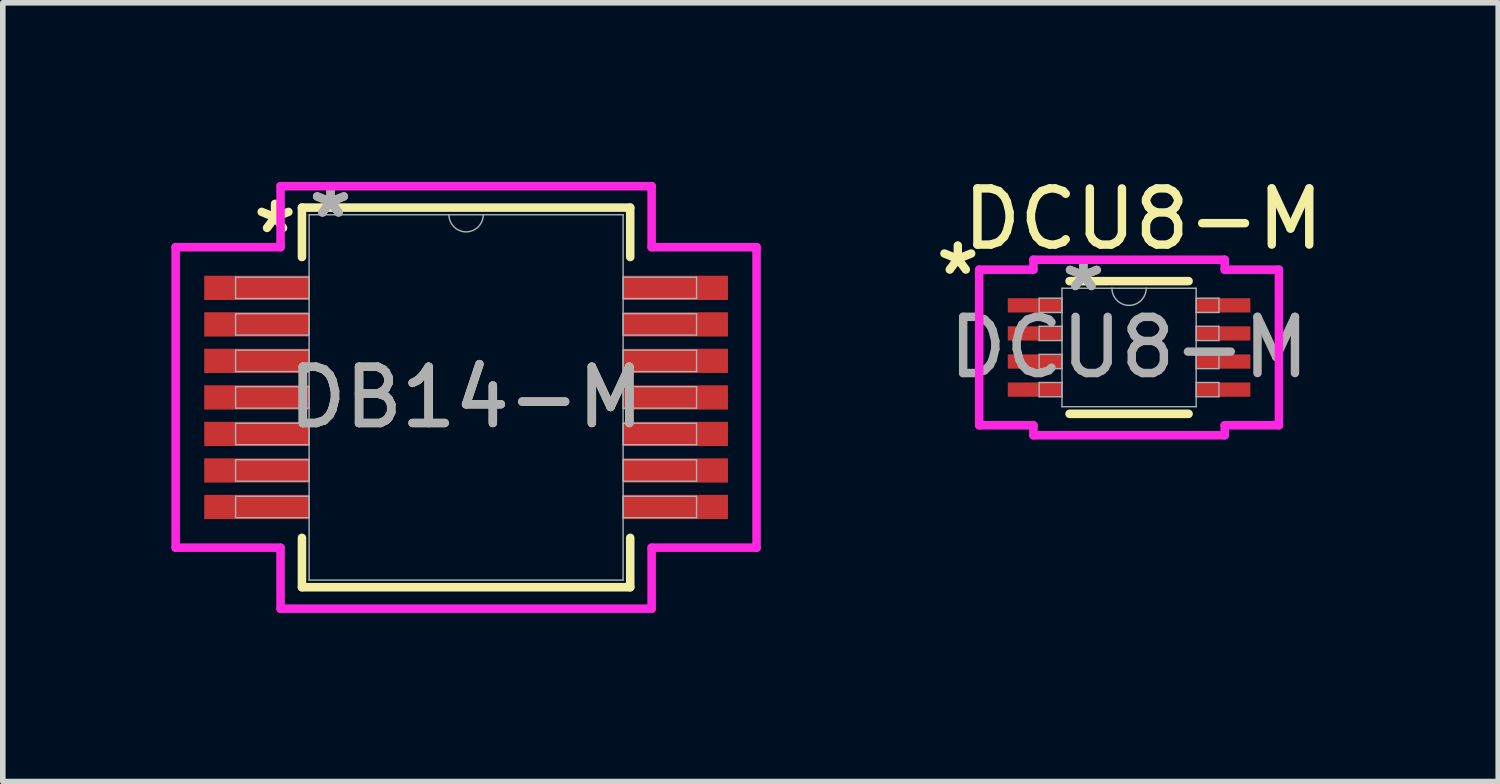
<source format=kicad_pcb>
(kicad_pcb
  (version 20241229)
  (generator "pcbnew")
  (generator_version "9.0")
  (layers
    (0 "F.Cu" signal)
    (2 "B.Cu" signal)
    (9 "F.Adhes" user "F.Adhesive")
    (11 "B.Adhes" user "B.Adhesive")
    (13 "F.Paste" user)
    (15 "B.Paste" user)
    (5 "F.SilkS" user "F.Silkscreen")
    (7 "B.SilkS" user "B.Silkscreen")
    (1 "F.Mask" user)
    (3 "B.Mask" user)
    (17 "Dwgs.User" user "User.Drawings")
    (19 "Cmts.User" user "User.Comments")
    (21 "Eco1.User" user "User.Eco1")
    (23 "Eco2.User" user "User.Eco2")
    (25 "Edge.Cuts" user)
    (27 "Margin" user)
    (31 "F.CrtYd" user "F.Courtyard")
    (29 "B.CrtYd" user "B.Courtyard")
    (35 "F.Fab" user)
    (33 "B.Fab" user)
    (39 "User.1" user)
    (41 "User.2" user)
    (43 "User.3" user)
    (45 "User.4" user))
  (footprint "DB14-M"
    (layer "F.Cu")
    (at 5.245 4.023)
    (property "Reference" "DB14-M" (at 0 0 0) (unlocked yes) (layer "F.SilkS") (effects (font (size 1 1) (thickness 0.15))))
    (attr smd allow_soldermask_bridges)
    (fp_line (start -2.921 -3.378) (end -2.921 -2.499) (stroke (width 0.152) (type solid)) (layer "F.SilkS"))
    (fp_line (start -2.921 2.499) (end -2.921 3.378) (stroke (width 0.152) (type solid)) (layer "F.SilkS"))
    (fp_line (start -2.921 3.378) (end 2.921 3.378) (stroke (width 0.152) (type solid)) (layer "F.SilkS"))
    (fp_line (start 2.921 -3.378) (end -2.921 -3.378) (stroke (width 0.152) (type solid)) (layer "F.SilkS"))
    (fp_line (start 2.921 -2.499) (end 2.921 -3.378) (stroke (width 0.152) (type solid)) (layer "F.SilkS"))
    (fp_line (start 2.921 3.378) (end 2.921 2.499) (stroke (width 0.152) (type solid)) (layer "F.SilkS"))
    (fp_line (start -5.169 -2.674) (end -3.302 -2.674) (stroke (width 0.152) (type solid)) (layer "F.CrtYd"))
    (fp_line (start -5.169 2.674) (end -5.169 -2.674) (stroke (width 0.152) (type solid)) (layer "F.CrtYd"))
    (fp_line (start -5.169 2.674) (end -3.302 2.674) (stroke (width 0.152) (type solid)) (layer "F.CrtYd"))
    (fp_line (start -3.302 -3.759) (end 3.302 -3.759) (stroke (width 0.152) (type solid)) (layer "F.CrtYd"))
    (fp_line (start -3.302 -2.674) (end -3.302 -3.759) (stroke (width 0.152) (type solid)) (layer "F.CrtYd"))
    (fp_line (start -3.302 3.759) (end -3.302 2.674) (stroke (width 0.152) (type solid)) (layer "F.CrtYd"))
    (fp_line (start 3.302 -3.759) (end 3.302 -2.674) (stroke (width 0.152) (type solid)) (layer "F.CrtYd"))
    (fp_line (start 3.302 2.674) (end 3.302 3.759) (stroke (width 0.152) (type solid)) (layer "F.CrtYd"))
    (fp_line (start 3.302 3.759) (end -3.302 3.759) (stroke (width 0.152) (type solid)) (layer "F.CrtYd"))
    (fp_line (start 5.169 -2.674) (end 3.302 -2.674) (stroke (width 0.152) (type solid)) (layer "F.CrtYd"))
    (fp_line (start 5.169 -2.674) (end 5.169 2.674) (stroke (width 0.152) (type solid)) (layer "F.CrtYd"))
    (fp_line (start 5.169 2.674) (end 3.302 2.674) (stroke (width 0.152) (type solid)) (layer "F.CrtYd"))
    (fp_line (start -4.102 -2.14) (end -4.102 -1.76) (stroke (width 0.025) (type solid)) (layer "F.Fab"))
    (fp_line (start -4.102 -1.76) (end -2.794 -1.76) (stroke (width 0.025) (type solid)) (layer "F.Fab"))
    (fp_line (start -4.102 -1.49) (end -4.102 -1.109) (stroke (width 0.025) (type solid)) (layer "F.Fab"))
    (fp_line (start -4.102 -1.109) (end -2.794 -1.109) (stroke (width 0.025) (type solid)) (layer "F.Fab"))
    (fp_line (start -4.102 -0.841) (end -4.102 -0.46) (stroke (width 0.025) (type solid)) (layer "F.Fab"))
    (fp_line (start -4.102 -0.46) (end -2.794 -0.46) (stroke (width 0.025) (type solid)) (layer "F.Fab"))
    (fp_line (start -4.102 -0.191) (end -4.102 0.191) (stroke (width 0.025) (type solid)) (layer "F.Fab"))
    (fp_line (start -4.102 0.191) (end -2.794 0.191) (stroke (width 0.025) (type solid)) (layer "F.Fab"))
    (fp_line (start -4.102 0.46) (end -4.102 0.841) (stroke (width 0.025) (type solid)) (layer "F.Fab"))
    (fp_line (start -4.102 0.841) (end -2.794 0.841) (stroke (width 0.025) (type solid)) (layer "F.Fab"))
    (fp_line (start -4.102 1.109) (end -4.102 1.49) (stroke (width 0.025) (type solid)) (layer "F.Fab"))
    (fp_line (start -4.102 1.49) (end -2.794 1.49) (stroke (width 0.025) (type solid)) (layer "F.Fab"))
    (fp_line (start -4.102 1.76) (end -4.102 2.14) (stroke (width 0.025) (type solid)) (layer "F.Fab"))
    (fp_line (start -4.102 2.14) (end -2.794 2.14) (stroke (width 0.025) (type solid)) (layer "F.Fab"))
    (fp_line (start -2.794 -3.251) (end -2.794 3.251) (stroke (width 0.025) (type solid)) (layer "F.Fab"))
    (fp_line (start -2.794 -2.14) (end -4.102 -2.14) (stroke (width 0.025) (type solid)) (layer "F.Fab"))
    (fp_line (start -2.794 -1.76) (end -2.794 -2.14) (stroke (width 0.025) (type solid)) (layer "F.Fab"))
    (fp_line (start -2.794 -1.49) (end -4.102 -1.49) (stroke (width 0.025) (type solid)) (layer "F.Fab"))
    (fp_line (start -2.794 -1.109) (end -2.794 -1.49) (stroke (width 0.025) (type solid)) (layer "F.Fab"))
    (fp_line (start -2.794 -0.841) (end -4.102 -0.841) (stroke (width 0.025) (type solid)) (layer "F.Fab"))
    (fp_line (start -2.794 -0.46) (end -2.794 -0.841) (stroke (width 0.025) (type solid)) (layer "F.Fab"))
    (fp_line (start -2.794 -0.191) (end -4.102 -0.191) (stroke (width 0.025) (type solid)) (layer "F.Fab"))
    (fp_line (start -2.794 0.191) (end -2.794 -0.191) (stroke (width 0.025) (type solid)) (layer "F.Fab"))
    (fp_line (start -2.794 0.46) (end -4.102 0.46) (stroke (width 0.025) (type solid)) (layer "F.Fab"))
    (fp_line (start -2.794 0.841) (end -2.794 0.46) (stroke (width 0.025) (type solid)) (layer "F.Fab"))
    (fp_line (start -2.794 1.109) (end -4.102 1.109) (stroke (width 0.025) (type solid)) (layer "F.Fab"))
    (fp_line (start -2.794 1.49) (end -2.794 1.109) (stroke (width 0.025) (type solid)) (layer "F.Fab"))
    (fp_line (start -2.794 1.76) (end -4.102 1.76) (stroke (width 0.025) (type solid)) (layer "F.Fab"))
    (fp_line (start -2.794 2.14) (end -2.794 1.76) (stroke (width 0.025) (type solid)) (layer "F.Fab"))
    (fp_line (start -2.794 3.251) (end 2.794 3.251) (stroke (width 0.025) (type solid)) (layer "F.Fab"))
    (fp_line (start 2.794 -3.251) (end -2.794 -3.251) (stroke (width 0.025) (type solid)) (layer "F.Fab"))
    (fp_line (start 2.794 -2.14) (end 2.794 -1.76) (stroke (width 0.025) (type solid)) (layer "F.Fab"))
    (fp_line (start 2.794 -1.76) (end 4.102 -1.76) (stroke (width 0.025) (type solid)) (layer "F.Fab"))
    (fp_line (start 2.794 -1.49) (end 2.794 -1.109) (stroke (width 0.025) (type solid)) (layer "F.Fab"))
    (fp_line (start 2.794 -1.109) (end 4.102 -1.109) (stroke (width 0.025) (type solid)) (layer "F.Fab"))
    (fp_line (start 2.794 -0.841) (end 2.794 -0.46) (stroke (width 0.025) (type solid)) (layer "F.Fab"))
    (fp_line (start 2.794 -0.46) (end 4.102 -0.46) (stroke (width 0.025) (type solid)) (layer "F.Fab"))
    (fp_line (start 2.794 -0.191) (end 2.794 0.191) (stroke (width 0.025) (type solid)) (layer "F.Fab"))
    (fp_line (start 2.794 0.191) (end 4.102 0.191) (stroke (width 0.025) (type solid)) (layer "F.Fab"))
    (fp_line (start 2.794 0.46) (end 2.794 0.841) (stroke (width 0.025) (type solid)) (layer "F.Fab"))
    (fp_line (start 2.794 0.841) (end 4.102 0.841) (stroke (width 0.025) (type solid)) (layer "F.Fab"))
    (fp_line (start 2.794 1.109) (end 2.794 1.49) (stroke (width 0.025) (type solid)) (layer "F.Fab"))
    (fp_line (start 2.794 1.49) (end 4.102 1.49) (stroke (width 0.025) (type solid)) (layer "F.Fab"))
    (fp_line (start 2.794 1.76) (end 2.794 2.14) (stroke (width 0.025) (type solid)) (layer "F.Fab"))
    (fp_line (start 2.794 2.14) (end 4.102 2.14) (stroke (width 0.025) (type solid)) (layer "F.Fab"))
    (fp_line (start 2.794 3.251) (end 2.794 -3.251) (stroke (width 0.025) (type solid)) (layer "F.Fab"))
    (fp_line (start 4.102 -2.14) (end 2.794 -2.14) (stroke (width 0.025) (type solid)) (layer "F.Fab"))
    (fp_line (start 4.102 -1.76) (end 4.102 -2.14) (stroke (width 0.025) (type solid)) (layer "F.Fab"))
    (fp_line (start 4.102 -1.49) (end 2.794 -1.49) (stroke (width 0.025) (type solid)) (layer "F.Fab"))
    (fp_line (start 4.102 -1.109) (end 4.102 -1.49) (stroke (width 0.025) (type solid)) (layer "F.Fab"))
    (fp_line (start 4.102 -0.841) (end 2.794 -0.841) (stroke (width 0.025) (type solid)) (layer "F.Fab"))
    (fp_line (start 4.102 -0.46) (end 4.102 -0.841) (stroke (width 0.025) (type solid)) (layer "F.Fab"))
    (fp_line (start 4.102 -0.191) (end 2.794 -0.191) (stroke (width 0.025) (type solid)) (layer "F.Fab"))
    (fp_line (start 4.102 0.191) (end 4.102 -0.191) (stroke (width 0.025) (type solid)) (layer "F.Fab"))
    (fp_line (start 4.102 0.46) (end 2.794 0.46) (stroke (width 0.025) (type solid)) (layer "F.Fab"))
    (fp_line (start 4.102 0.841) (end 4.102 0.46) (stroke (width 0.025) (type solid)) (layer "F.Fab"))
    (fp_line (start 4.102 1.109) (end 2.794 1.109) (stroke (width 0.025) (type solid)) (layer "F.Fab"))
    (fp_line (start 4.102 1.49) (end 4.102 1.109) (stroke (width 0.025) (type solid)) (layer "F.Fab"))
    (fp_line (start 4.102 1.76) (end 2.794 1.76) (stroke (width 0.025) (type solid)) (layer "F.Fab"))
    (fp_line (start 4.102 2.14) (end 4.102 1.76) (stroke (width 0.025) (type solid)) (layer "F.Fab"))
    (fp_arc (start 0.3048 -3.2512) (mid 0 -2.9464) (end -0.3048 -3.2512) (stroke (width 0.0254) (type solid)) (layer "F.Fab"))
    (fp_text user "*" (at -3.4 -2.9 0) (layer "F.SilkS") (effects (font (size 1 1) (thickness 0.15))))
    (fp_text user "*" (at -2.413 -3.175 0) (unlocked yes) (layer "F.Fab") (effects (font (size 1 1) (thickness 0.15))))
    (fp_text user "*" (at -2.413 -3.175 0) (layer "F.Fab") (effects (font (size 1 1) (thickness 0.15))))
    (fp_text user "${REFERENCE}" (at 0 0 0) (unlocked yes) (layer "F.Fab") (effects (font (size 1 1) (thickness 0.15))))
    (pad "1" smd rect (at -3.727 -1.95) (size 1.867 0.432) (layers "F.Cu" "F.Mask" "F.Paste"))
    (pad "2" smd rect (at -3.727 -1.3) (size 1.867 0.432) (layers "F.Cu" "F.Mask" "F.Paste"))
    (pad "3" smd rect (at -3.727 -0.65) (size 1.867 0.432) (layers "F.Cu" "F.Mask" "F.Paste"))
    (pad "4" smd rect (at -3.727 0) (size 1.867 0.432) (layers "F.Cu" "F.Mask" "F.Paste"))
    (pad "5" smd rect (at -3.727 0.65) (size 1.867 0.432) (layers "F.Cu" "F.Mask" "F.Paste"))
    (pad "6" smd rect (at -3.727 1.3) (size 1.867 0.432) (layers "F.Cu" "F.Mask" "F.Paste"))
    (pad "7" smd rect (at -3.727 1.95) (size 1.867 0.432) (layers "F.Cu" "F.Mask" "F.Paste"))
    (pad "8" smd rect (at 3.727 1.95) (size 1.867 0.432) (layers "F.Cu" "F.Mask" "F.Paste"))
    (pad "9" smd rect (at 3.727 1.3) (size 1.867 0.432) (layers "F.Cu" "F.Mask" "F.Paste"))
    (pad "10" smd rect (at 3.727 0.65) (size 1.867 0.432) (layers "F.Cu" "F.Mask" "F.Paste"))
    (pad "11" smd rect (at 3.727 0) (size 1.867 0.432) (layers "F.Cu" "F.Mask" "F.Paste"))
    (pad "12" smd rect (at 3.727 -0.65) (size 1.867 0.432) (layers "F.Cu" "F.Mask" "F.Paste"))
    (pad "13" smd rect (at 3.727 -1.3) (size 1.867 0.432) (layers "F.Cu" "F.Mask" "F.Paste"))
    (pad "14" smd rect (at 3.727 -1.95) (size 1.867 0.432) (layers "F.Cu" "F.Mask" "F.Paste")))
  (footprint "DCU8-M"
    (layer "F.Cu")
    (at 17.044 3.134)
    (property "Reference" "DCU8-M" (at 0.254 -2.286 0) (unlocked yes) (layer "F.SilkS") (effects (font (size 1 1) (thickness 0.15))))
    (attr smd allow_soldermask_bridges)
    (fp_line (start -1.059 1.181) (end 1.059 1.181) (stroke (width 0.152) (type solid)) (layer "F.SilkS"))
    (fp_line (start 1.059 -1.181) (end -1.059 -1.181) (stroke (width 0.152) (type solid)) (layer "F.SilkS"))
    (fp_line (start -2.667 -1.385) (end -1.702 -1.385) (stroke (width 0.152) (type solid)) (layer "F.CrtYd"))
    (fp_line (start -2.667 1.385) (end -2.667 -1.385) (stroke (width 0.152) (type solid)) (layer "F.CrtYd"))
    (fp_line (start -2.667 1.385) (end -1.702 1.385) (stroke (width 0.152) (type solid)) (layer "F.CrtYd"))
    (fp_line (start -1.702 -1.562) (end 1.702 -1.562) (stroke (width 0.152) (type solid)) (layer "F.CrtYd"))
    (fp_line (start -1.702 -1.385) (end -1.702 -1.562) (stroke (width 0.152) (type solid)) (layer "F.CrtYd"))
    (fp_line (start -1.702 1.562) (end -1.702 1.385) (stroke (width 0.152) (type solid)) (layer "F.CrtYd"))
    (fp_line (start 1.702 -1.562) (end 1.702 -1.385) (stroke (width 0.152) (type solid)) (layer "F.CrtYd"))
    (fp_line (start 1.702 1.385) (end 1.702 1.562) (stroke (width 0.152) (type solid)) (layer "F.CrtYd"))
    (fp_line (start 1.702 1.562) (end -1.702 1.562) (stroke (width 0.152) (type solid)) (layer "F.CrtYd"))
    (fp_line (start 2.667 -1.385) (end 1.702 -1.385) (stroke (width 0.152) (type solid)) (layer "F.CrtYd"))
    (fp_line (start 2.667 -1.385) (end 2.667 1.385) (stroke (width 0.152) (type solid)) (layer "F.CrtYd"))
    (fp_line (start 2.667 1.385) (end 1.702 1.385) (stroke (width 0.152) (type solid)) (layer "F.CrtYd"))
    (fp_line (start -1.6 -0.877) (end -1.6 -0.623) (stroke (width 0.025) (type solid)) (layer "F.Fab"))
    (fp_line (start -1.6 -0.623) (end -1.194 -0.623) (stroke (width 0.025) (type solid)) (layer "F.Fab"))
    (fp_line (start -1.6 -0.377) (end -1.6 -0.123) (stroke (width 0.025) (type solid)) (layer "F.Fab"))
    (fp_line (start -1.6 -0.123) (end -1.194 -0.123) (stroke (width 0.025) (type solid)) (layer "F.Fab"))
    (fp_line (start -1.6 0.123) (end -1.6 0.377) (stroke (width 0.025) (type solid)) (layer "F.Fab"))
    (fp_line (start -1.6 0.377) (end -1.194 0.377) (stroke (width 0.025) (type solid)) (layer "F.Fab"))
    (fp_line (start -1.6 0.623) (end -1.6 0.877) (stroke (width 0.025) (type solid)) (layer "F.Fab"))
    (fp_line (start -1.6 0.877) (end -1.194 0.877) (stroke (width 0.025) (type solid)) (layer "F.Fab"))
    (fp_line (start -1.194 -1.054) (end -1.194 1.054) (stroke (width 0.025) (type solid)) (layer "F.Fab"))
    (fp_line (start -1.194 -0.877) (end -1.6 -0.877) (stroke (width 0.025) (type solid)) (layer "F.Fab"))
    (fp_line (start -1.194 -0.623) (end -1.194 -0.877) (stroke (width 0.025) (type solid)) (layer "F.Fab"))
    (fp_line (start -1.194 -0.377) (end -1.6 -0.377) (stroke (width 0.025) (type solid)) (layer "F.Fab"))
    (fp_line (start -1.194 -0.123) (end -1.194 -0.377) (stroke (width 0.025) (type solid)) (layer "F.Fab"))
    (fp_line (start -1.194 0.123) (end -1.6 0.123) (stroke (width 0.025) (type solid)) (layer "F.Fab"))
    (fp_line (start -1.194 0.377) (end -1.194 0.123) (stroke (width 0.025) (type solid)) (layer "F.Fab"))
    (fp_line (start -1.194 0.623) (end -1.6 0.623) (stroke (width 0.025) (type solid)) (layer "F.Fab"))
    (fp_line (start -1.194 0.877) (end -1.194 0.623) (stroke (width 0.025) (type solid)) (layer "F.Fab"))
    (fp_line (start -1.194 1.054) (end 1.194 1.054) (stroke (width 0.025) (type solid)) (layer "F.Fab"))
    (fp_line (start 1.194 -1.054) (end -1.194 -1.054) (stroke (width 0.025) (type solid)) (layer "F.Fab"))
    (fp_line (start 1.194 -0.877) (end 1.194 -0.623) (stroke (width 0.025) (type solid)) (layer "F.Fab"))
    (fp_line (start 1.194 -0.623) (end 1.6 -0.623) (stroke (width 0.025) (type solid)) (layer "F.Fab"))
    (fp_line (start 1.194 -0.377) (end 1.194 -0.123) (stroke (width 0.025) (type solid)) (layer "F.Fab"))
    (fp_line (start 1.194 -0.123) (end 1.6 -0.123) (stroke (width 0.025) (type solid)) (layer "F.Fab"))
    (fp_line (start 1.194 0.123) (end 1.194 0.377) (stroke (width 0.025) (type solid)) (layer "F.Fab"))
    (fp_line (start 1.194 0.377) (end 1.6 0.377) (stroke (width 0.025) (type solid)) (layer "F.Fab"))
    (fp_line (start 1.194 0.623) (end 1.194 0.877) (stroke (width 0.025) (type solid)) (layer "F.Fab"))
    (fp_line (start 1.194 0.877) (end 1.6 0.877) (stroke (width 0.025) (type solid)) (layer "F.Fab"))
    (fp_line (start 1.194 1.054) (end 1.194 -1.054) (stroke (width 0.025) (type solid)) (layer "F.Fab"))
    (fp_line (start 1.6 -0.877) (end 1.194 -0.877) (stroke (width 0.025) (type solid)) (layer "F.Fab"))
    (fp_line (start 1.6 -0.623) (end 1.6 -0.877) (stroke (width 0.025) (type solid)) (layer "F.Fab"))
    (fp_line (start 1.6 -0.377) (end 1.194 -0.377) (stroke (width 0.025) (type solid)) (layer "F.Fab"))
    (fp_line (start 1.6 -0.123) (end 1.6 -0.377) (stroke (width 0.025) (type solid)) (layer "F.Fab"))
    (fp_line (start 1.6 0.123) (end 1.194 0.123) (stroke (width 0.025) (type solid)) (layer "F.Fab"))
    (fp_line (start 1.6 0.377) (end 1.6 0.123) (stroke (width 0.025) (type solid)) (layer "F.Fab"))
    (fp_line (start 1.6 0.623) (end 1.194 0.623) (stroke (width 0.025) (type solid)) (layer "F.Fab"))
    (fp_line (start 1.6 0.877) (end 1.6 0.623) (stroke (width 0.025) (type solid)) (layer "F.Fab"))
    (fp_arc (start 0.3048 -1.0541) (mid 0 -0.7493) (end -0.3048 -1.0541) (stroke (width 0.0254) (type solid)) (layer "F.Fab"))
    (fp_text user "*" (at -3.048 -1.27 0) (unlocked yes) (layer "F.SilkS") (effects (font (size 1 1) (thickness 0.15))))
    (fp_text user "${REFERENCE}" (at 0 0 0) (unlocked yes) (layer "F.Fab") (effects (font (size 1 1) (thickness 0.15))))
    (fp_text user "*" (at -0.813 -0.978 0) (unlocked yes) (layer "F.Fab") (effects (font (size 1 1) (thickness 0.15))))
    (fp_text user "*" (at -0.813 -0.978 0) (layer "F.Fab") (effects (font (size 1 1) (thickness 0.15))))
    (pad "1" smd rect (at -1.676 -0.75) (size 0.965 0.254) (layers "F.Cu" "F.Mask" "F.Paste"))
    (pad "2" smd rect (at -1.676 -0.25) (size 0.965 0.254) (layers "F.Cu" "F.Mask" "F.Paste"))
    (pad "3" smd rect (at -1.676 0.25) (size 0.965 0.254) (layers "F.Cu" "F.Mask" "F.Paste"))
    (pad "4" smd rect (at -1.676 0.75) (size 0.965 0.254) (layers "F.Cu" "F.Mask" "F.Paste"))
    (pad "5" smd rect (at 1.676 0.75) (size 0.965 0.254) (layers "F.Cu" "F.Mask" "F.Paste"))
    (pad "6" smd rect (at 1.676 0.25) (size 0.965 0.254) (layers "F.Cu" "F.Mask" "F.Paste"))
    (pad "7" smd rect (at 1.676 -0.25) (size 0.965 0.254) (layers "F.Cu" "F.Mask" "F.Paste"))
    (pad "8" smd rect (at 1.676 -0.75) (size 0.965 0.254) (layers "F.Cu" "F.Mask" "F.Paste")))
  (gr_rect
    (start -3 -3)
    (end 23.614 10.859)
    (stroke (width 0.1) (type default))
    (fill no)
    (layer "Edge.Cuts")))
</source>
